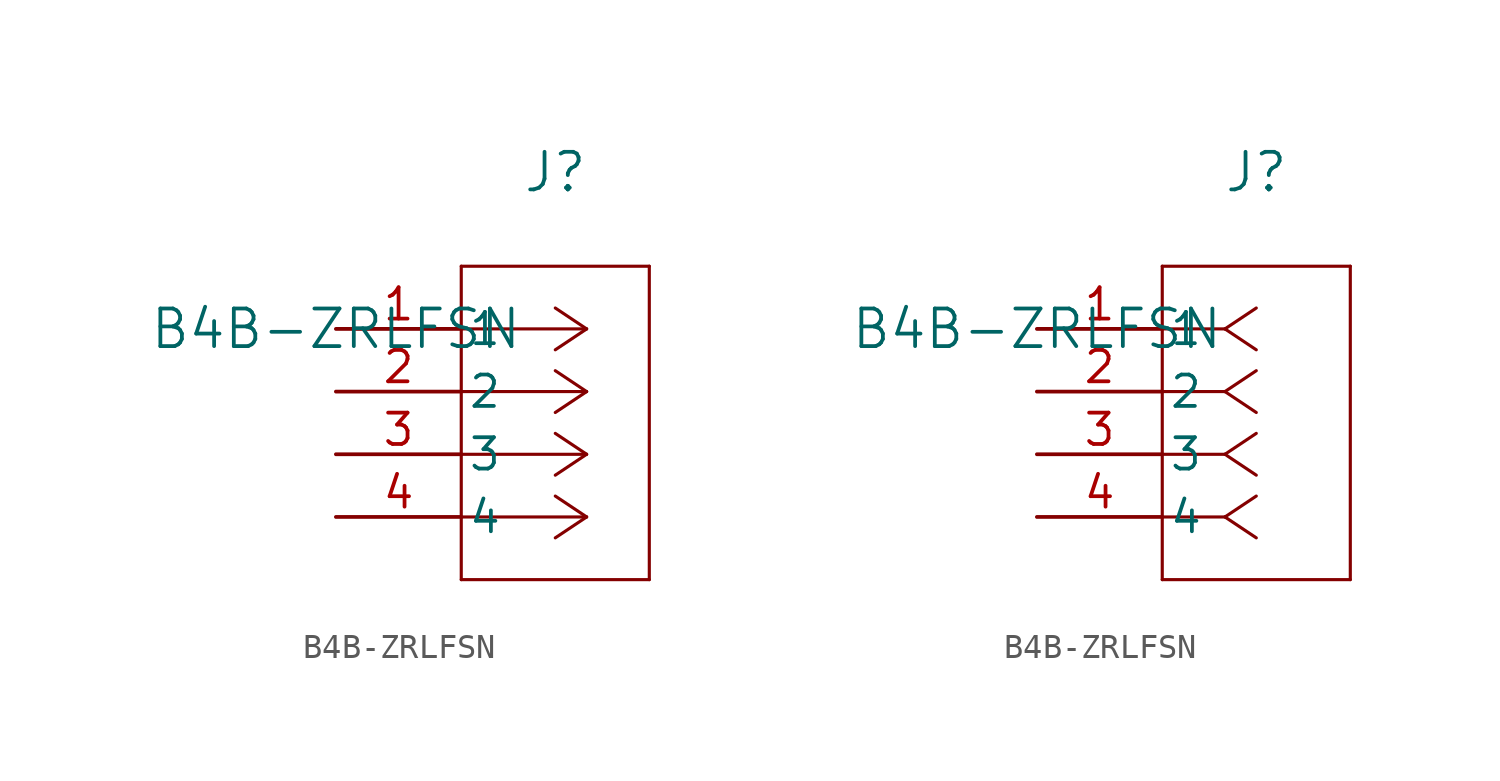
<source format=kicad_sym>
(kicad_symbol_lib
  (version 20211014)
  (generator kicad_symbol_editor)
  (symbol "B4B-ZRLFSN"
    (pin_names
      (offset 0.254))
    (property "Reference" "J"
      (at 8.89 6.35 0)
      (effects (font (size 1.524 1.524))))
    (property "Value" "B4B-ZRLFSN"
      (at 0 0 0)
      (effects (font (size 1.524 1.524))))
    (symbol "B4B-ZRLFSN_1_1"
      (polyline (pts (xy 10.16 0) (xy 5.08 0)) (stroke (width 0.127) (type default) (color 0 0 0 0)) (fill (type none)))
      (polyline (pts (xy 10.16 -2.54) (xy 5.08 -2.54)) (stroke (width 0.127) (type default) (color 0 0 0 0)) (fill (type none)))
      (polyline (pts (xy 10.16 -5.08) (xy 5.08 -5.08)) (stroke (width 0.127) (type default) (color 0 0 0 0)) (fill (type none)))
      (polyline (pts (xy 10.16 -7.62) (xy 5.08 -7.62)) (stroke (width 0.127) (type default) (color 0 0 0 0)) (fill (type none)))
      (polyline (pts (xy 10.16 0) (xy 8.89 0.847)) (stroke (width 0.127) (type default) (color 0 0 0 0)) (fill (type none)))
      (polyline (pts (xy 10.16 -2.54) (xy 8.89 -1.693)) (stroke (width 0.127) (type default) (color 0 0 0 0)) (fill (type none)))
      (polyline (pts (xy 10.16 -5.08) (xy 8.89 -4.233)) (stroke (width 0.127) (type default) (color 0 0 0 0)) (fill (type none)))
      (polyline (pts (xy 10.16 -7.62) (xy 8.89 -6.773)) (stroke (width 0.127) (type default) (color 0 0 0 0)) (fill (type none)))
      (polyline (pts (xy 10.16 0) (xy 8.89 -0.847)) (stroke (width 0.127) (type default) (color 0 0 0 0)) (fill (type none)))
      (polyline (pts (xy 10.16 -2.54) (xy 8.89 -3.387)) (stroke (width 0.127) (type default) (color 0 0 0 0)) (fill (type none)))
      (polyline (pts (xy 10.16 -5.08) (xy 8.89 -5.927)) (stroke (width 0.127) (type default) (color 0 0 0 0)) (fill (type none)))
      (polyline (pts (xy 10.16 -7.62) (xy 8.89 -8.467)) (stroke (width 0.127) (type default) (color 0 0 0 0)) (fill (type none)))
      (polyline (pts (xy 5.08 2.54) (xy 5.08 -10.16)) (stroke (width 0.127) (type default) (color 0 0 0 0)) (fill (type none)))
      (polyline (pts (xy 5.08 -10.16) (xy 12.7 -10.16)) (stroke (width 0.127) (type default) (color 0 0 0 0)) (fill (type none)))
      (polyline (pts (xy 12.7 -10.16) (xy 12.7 2.54)) (stroke (width 0.127) (type default) (color 0 0 0 0)) (fill (type none)))
      (polyline (pts (xy 12.7 2.54) (xy 5.08 2.54)) (stroke (width 0.127) (type default) (color 0 0 0 0)) (fill (type none)))
      (pin unspecified line (at 0 0 0) (length 5.08) (name "1" (effects (font (size 1.27 1.27)))) (number "1" (effects (font (size 1.27 1.27)))))
      (pin unspecified line (at 0 -2.54 0) (length 5.08) (name "2" (effects (font (size 1.27 1.27)))) (number "2" (effects (font (size 1.27 1.27)))))
      (pin unspecified line (at 0 -5.08 0) (length 5.08) (name "3" (effects (font (size 1.27 1.27)))) (number "3" (effects (font (size 1.27 1.27)))))
      (pin unspecified line (at 0 -7.62 0) (length 5.08) (name "4" (effects (font (size 1.27 1.27)))) (number "4" (effects (font (size 1.27 1.27))))))
    (symbol "B4B-ZRLFSN_1_2"
      (polyline (pts (xy 7.62 0) (xy 5.08 0)) (stroke (width 0.127) (type default) (color 0 0 0 0)) (fill (type none)))
      (polyline (pts (xy 7.62 -2.54) (xy 5.08 -2.54)) (stroke (width 0.127) (type default) (color 0 0 0 0)) (fill (type none)))
      (polyline (pts (xy 7.62 -5.08) (xy 5.08 -5.08)) (stroke (width 0.127) (type default) (color 0 0 0 0)) (fill (type none)))
      (polyline (pts (xy 7.62 -7.62) (xy 5.08 -7.62)) (stroke (width 0.127) (type default) (color 0 0 0 0)) (fill (type none)))
      (polyline (pts (xy 7.62 0) (xy 8.89 0.847)) (stroke (width 0.127) (type default) (color 0 0 0 0)) (fill (type none)))
      (polyline (pts (xy 7.62 -2.54) (xy 8.89 -1.693)) (stroke (width 0.127) (type default) (color 0 0 0 0)) (fill (type none)))
      (polyline (pts (xy 7.62 -5.08) (xy 8.89 -4.233)) (stroke (width 0.127) (type default) (color 0 0 0 0)) (fill (type none)))
      (polyline (pts (xy 7.62 -7.62) (xy 8.89 -6.773)) (stroke (width 0.127) (type default) (color 0 0 0 0)) (fill (type none)))
      (polyline (pts (xy 7.62 0) (xy 8.89 -0.847)) (stroke (width 0.127) (type default) (color 0 0 0 0)) (fill (type none)))
      (polyline (pts (xy 7.62 -2.54) (xy 8.89 -3.387)) (stroke (width 0.127) (type default) (color 0 0 0 0)) (fill (type none)))
      (polyline (pts (xy 7.62 -5.08) (xy 8.89 -5.927)) (stroke (width 0.127) (type default) (color 0 0 0 0)) (fill (type none)))
      (polyline (pts (xy 7.62 -7.62) (xy 8.89 -8.467)) (stroke (width 0.127) (type default) (color 0 0 0 0)) (fill (type none)))
      (polyline (pts (xy 5.08 2.54) (xy 5.08 -10.16)) (stroke (width 0.127) (type default) (color 0 0 0 0)) (fill (type none)))
      (polyline (pts (xy 5.08 -10.16) (xy 12.7 -10.16)) (stroke (width 0.127) (type default) (color 0 0 0 0)) (fill (type none)))
      (polyline (pts (xy 12.7 -10.16) (xy 12.7 2.54)) (stroke (width 0.127) (type default) (color 0 0 0 0)) (fill (type none)))
      (polyline (pts (xy 12.7 2.54) (xy 5.08 2.54)) (stroke (width 0.127) (type default) (color 0 0 0 0)) (fill (type none)))
      (pin unspecified line (at 0 0 0) (length 5.08) (name "1" (effects (font (size 1.27 1.27)))) (number "1" (effects (font (size 1.27 1.27)))))
      (pin unspecified line (at 0 -2.54 0) (length 5.08) (name "2" (effects (font (size 1.27 1.27)))) (number "2" (effects (font (size 1.27 1.27)))))
      (pin unspecified line (at 0 -5.08 0) (length 5.08) (name "3" (effects (font (size 1.27 1.27)))) (number "3" (effects (font (size 1.27 1.27)))))
      (pin unspecified line (at 0 -7.62 0) (length 5.08) (name "4" (effects (font (size 1.27 1.27)))) (number "4" (effects (font (size 1.27 1.27))))))))
</source>
